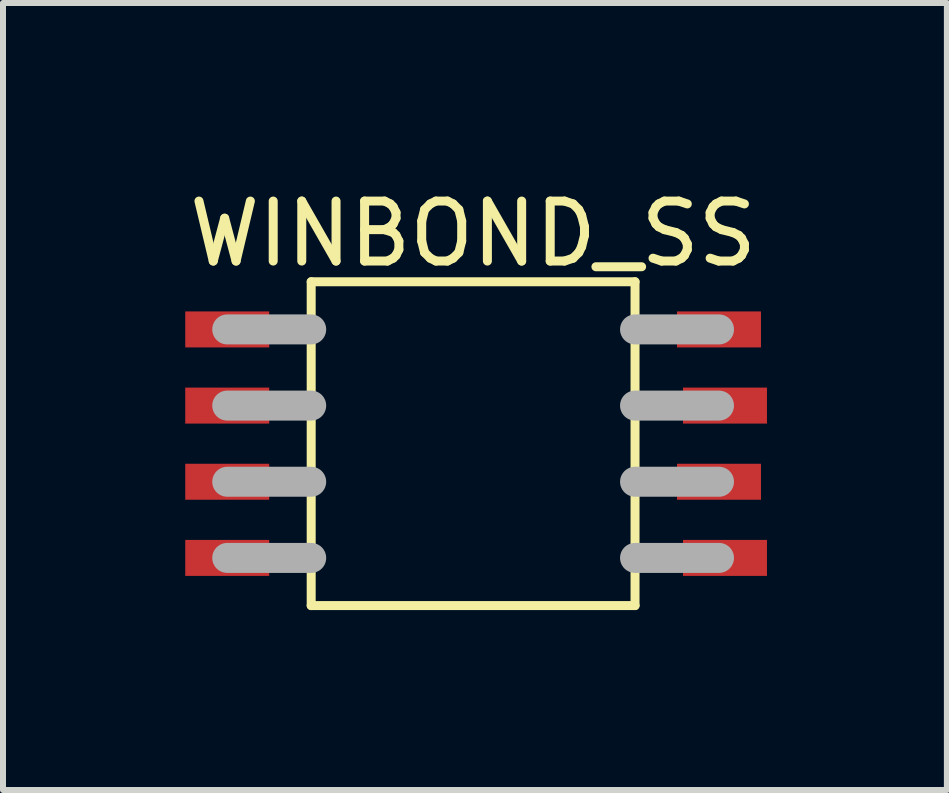
<source format=kicad_pcb>
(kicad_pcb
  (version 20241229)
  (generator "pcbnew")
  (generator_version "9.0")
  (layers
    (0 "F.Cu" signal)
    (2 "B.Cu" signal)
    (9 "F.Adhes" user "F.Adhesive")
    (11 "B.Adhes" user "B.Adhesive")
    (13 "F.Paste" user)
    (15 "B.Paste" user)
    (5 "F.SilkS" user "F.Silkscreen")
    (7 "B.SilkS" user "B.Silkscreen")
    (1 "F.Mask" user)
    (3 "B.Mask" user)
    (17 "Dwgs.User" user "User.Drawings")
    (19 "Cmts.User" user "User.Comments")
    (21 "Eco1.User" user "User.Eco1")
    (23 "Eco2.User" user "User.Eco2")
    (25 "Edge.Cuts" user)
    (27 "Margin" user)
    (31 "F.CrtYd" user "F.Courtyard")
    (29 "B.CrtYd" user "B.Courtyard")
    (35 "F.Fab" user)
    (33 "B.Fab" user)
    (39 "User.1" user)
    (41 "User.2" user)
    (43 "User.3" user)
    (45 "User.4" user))
  (footprint "WINBOND_SS"
    (layer "F.Cu")
    (at 4.839 4.348)
    (property "Reference" "WINBOND_SS" (at 0 -3.5 0) (layer "F.SilkS") (effects (font (size 1 1) (thickness 0.15))))
    (attr through_hole)
    (fp_line (start -2.7 -2.7) (end 2.7 -2.7) (stroke (width 0.15) (type solid)) (layer "F.SilkS"))
    (fp_line (start -2.7 2.7) (end -2.7 -2.7) (stroke (width 0.15) (type solid)) (layer "F.SilkS"))
    (fp_line (start 2.7 -2.7) (end 2.7 2.7) (stroke (width 0.15) (type solid)) (layer "F.SilkS"))
    (fp_line (start 2.7 2.7) (end -2.7 2.7) (stroke (width 0.15) (type solid)) (layer "F.SilkS"))
    (fp_line (start -2.7 -1.905) (end -4.1 -1.905) (stroke (width 0.5) (type solid)) (layer "F.Fab"))
    (fp_line (start -2.7 -0.635) (end -4.1 -0.635) (stroke (width 0.5) (type solid)) (layer "F.Fab"))
    (fp_line (start -2.7 0.635) (end -4.1 0.635) (stroke (width 0.5) (type solid)) (layer "F.Fab"))
    (fp_line (start -2.7 1.905) (end -4.1 1.905) (stroke (width 0.5) (type solid)) (layer "F.Fab"))
    (fp_line (start 4.1 -1.905) (end 2.7 -1.905) (stroke (width 0.5) (type solid)) (layer "F.Fab"))
    (fp_line (start 4.1 -0.635) (end 2.7 -0.635) (stroke (width 0.5) (type solid)) (layer "F.Fab"))
    (fp_line (start 4.1 0.635) (end 2.7 0.635) (stroke (width 0.5) (type solid)) (layer "F.Fab"))
    (fp_line (start 4.1 1.905) (end 2.7 1.905) (stroke (width 0.5) (type solid)) (layer "F.Fab"))
    (pad "1" smd rect (at -4.1 -1.905) (size 1.4 0.6) (layers "F.Cu" "F.Mask" "F.Paste"))
    (pad "2" smd rect (at -4.1 -0.635) (size 1.4 0.6) (layers "F.Cu" "F.Mask" "F.Paste"))
    (pad "3" smd rect (at -4.1 0.635) (size 1.4 0.6) (layers "F.Cu" "F.Mask" "F.Paste"))
    (pad "4" smd rect (at -4.1 1.905) (size 1.4 0.6) (layers "F.Cu" "F.Mask" "F.Paste"))
    (pad "5" smd rect (at 4.2 1.905) (size 1.4 0.6) (layers "F.Cu" "F.Mask" "F.Paste"))
    (pad "6" smd rect (at 4.1 0.635) (size 1.4 0.6) (layers "F.Cu" "F.Mask" "F.Paste"))
    (pad "7" smd rect (at 4.2 -0.635) (size 1.4 0.6) (layers "F.Cu" "F.Mask" "F.Paste"))
    (pad "8" smd rect (at 4.1 -1.905) (size 1.4 0.6) (layers "F.Cu" "F.Mask" "F.Paste")))
  (gr_rect
    (start -3 -3)
    (end 12.739 10.123)
    (stroke (width 0.1) (type default))
    (fill no)
    (layer "Edge.Cuts")))
</source>
